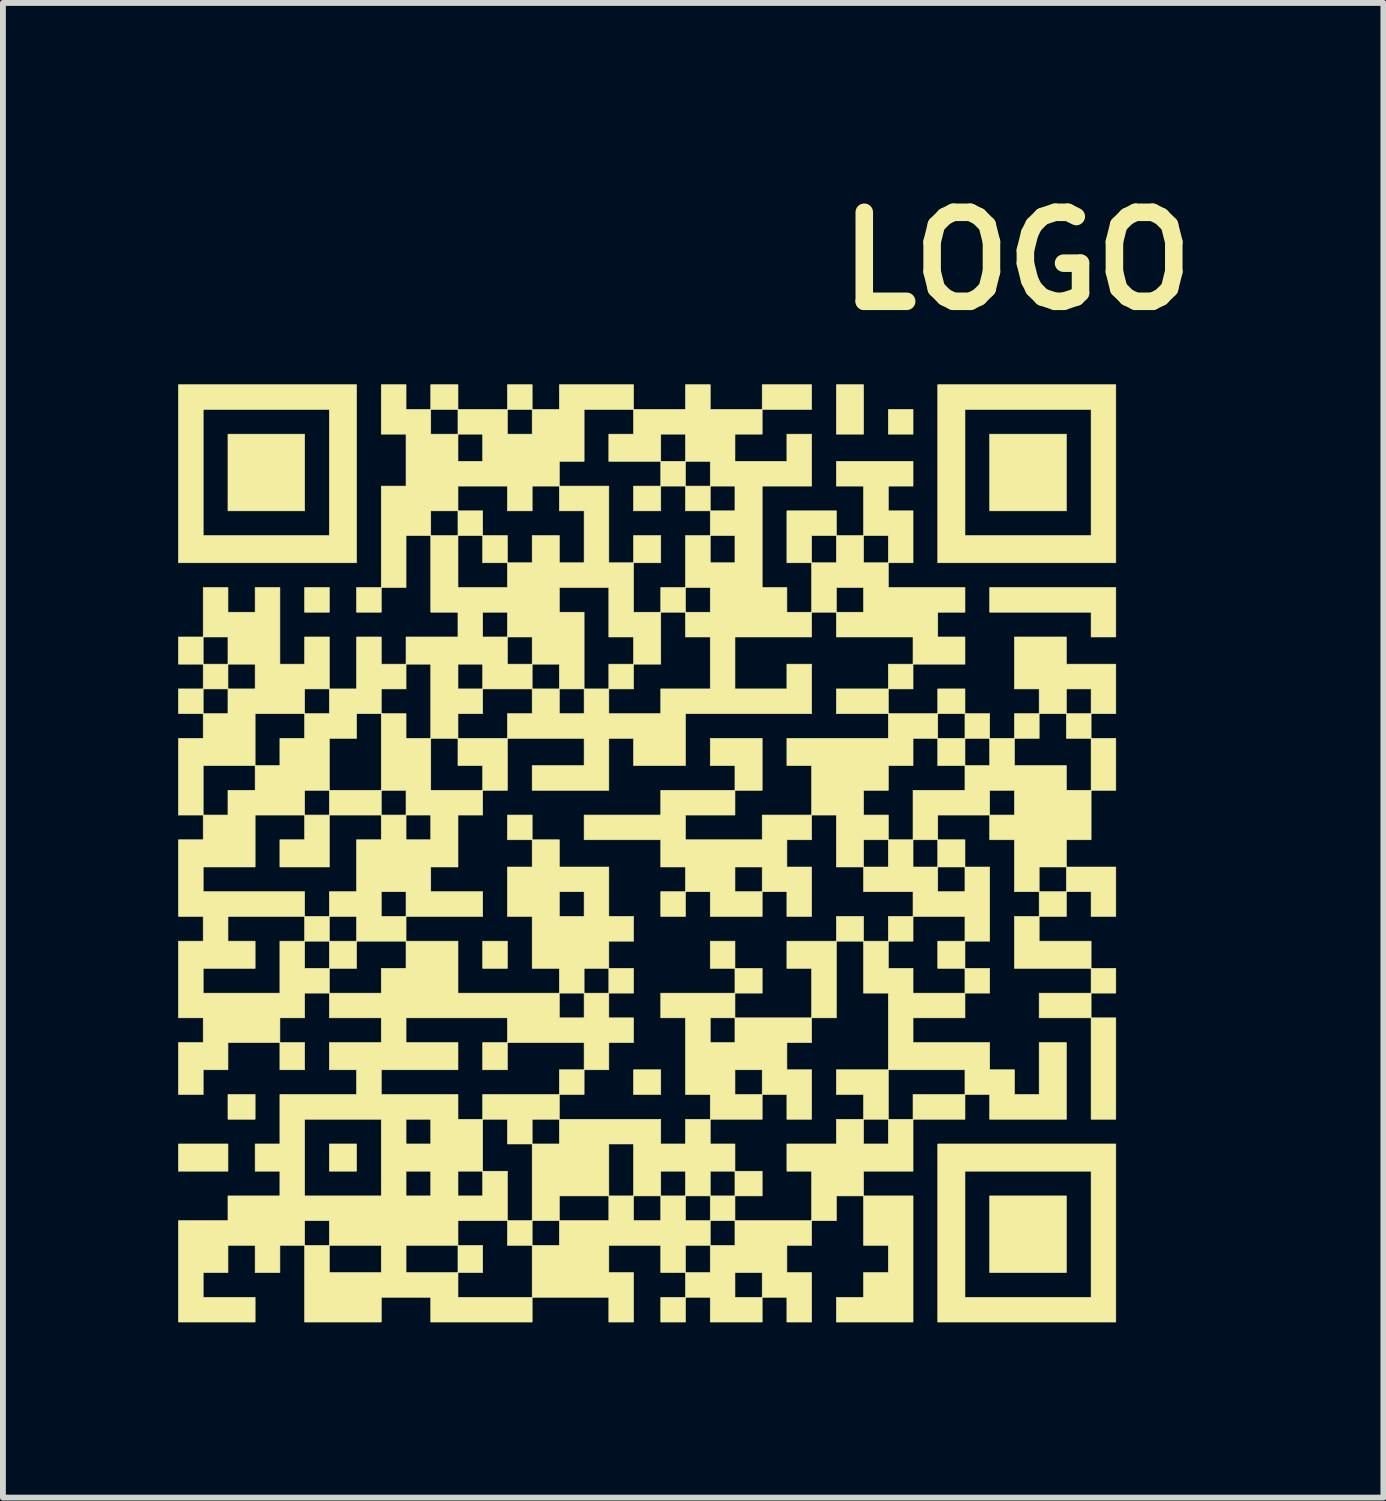
<source format=kicad_pcb>
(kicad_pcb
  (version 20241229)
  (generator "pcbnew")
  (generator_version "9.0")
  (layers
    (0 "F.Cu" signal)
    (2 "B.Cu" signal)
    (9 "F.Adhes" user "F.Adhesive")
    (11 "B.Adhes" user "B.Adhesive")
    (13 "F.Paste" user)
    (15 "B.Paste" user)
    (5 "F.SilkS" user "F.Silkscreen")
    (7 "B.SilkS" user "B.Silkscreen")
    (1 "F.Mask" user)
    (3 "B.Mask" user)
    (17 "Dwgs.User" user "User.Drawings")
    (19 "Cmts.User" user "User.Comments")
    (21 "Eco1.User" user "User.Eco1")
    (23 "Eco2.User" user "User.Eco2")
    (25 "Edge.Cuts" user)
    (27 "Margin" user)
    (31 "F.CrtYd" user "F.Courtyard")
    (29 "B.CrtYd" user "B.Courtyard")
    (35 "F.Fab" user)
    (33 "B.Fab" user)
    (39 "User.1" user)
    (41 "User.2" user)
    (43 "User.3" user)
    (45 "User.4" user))
  (footprint "LOGO"
    (layer "F.Cu")
    (at 8.006 11.578)
    (property "Reference" "LOGO" (at 6.35 -10.16 0) (layer "F.SilkS") (effects (font (size 1.524 1.524) (thickness 0.3))))
    (attr through_hole)
    (fp_poly (pts (xy -7.154 5.419) (xy -8.001 5.419) (xy -8.001 4.953) (xy -7.154 4.953) (xy -7.154 5.419)) (stroke (width 0.01) (type solid)) (fill yes) (layer "F.SilkS"))
    (fp_poly (pts (xy -6.689 4.53) (xy -7.154 4.53) (xy -7.154 4.106) (xy -6.689 4.106) (xy -6.689 4.53)) (stroke (width 0.01) (type solid)) (fill yes) (layer "F.SilkS"))
    (fp_poly (pts (xy -5.842 -5.884) (xy -7.154 -5.884) (xy -7.154 -7.197) (xy -5.842 -7.197) (xy -5.842 -5.884)) (stroke (width 0.01) (type solid)) (fill yes) (layer "F.SilkS"))
    (fp_poly (pts (xy -5.842 3.683) (xy -6.265 3.683) (xy -6.265 3.217) (xy -5.842 3.217) (xy -5.842 3.683)) (stroke (width 0.01) (type solid)) (fill yes) (layer "F.SilkS"))
    (fp_poly (pts (xy -5.419 -4.149) (xy -5.842 -4.149) (xy -5.842 -4.572) (xy -5.419 -4.572) (xy -5.419 -4.149)) (stroke (width 0.01) (type solid)) (fill yes) (layer "F.SilkS"))
    (fp_poly (pts (xy -4.953 5.419) (xy -5.419 5.419) (xy -5.419 4.953) (xy -4.953 4.953) (xy -4.953 5.419)) (stroke (width 0.01) (type solid)) (fill yes) (layer "F.SilkS"))
    (fp_poly (pts (xy -4.53 -4.149) (xy -4.953 -4.149) (xy -4.953 -4.572) (xy -4.53 -4.572) (xy -4.53 -4.149)) (stroke (width 0.01) (type solid)) (fill yes) (layer "F.SilkS"))
    (fp_poly (pts (xy -2.794 -5.461) (xy -3.217 -5.461) (xy -3.217 -5.884) (xy -2.794 -5.884) (xy -2.794 -5.461)) (stroke (width 0.01) (type solid)) (fill yes) (layer "F.SilkS"))
    (fp_poly (pts (xy -2.794 7.154) (xy -3.217 7.154) (xy -3.217 6.689) (xy -2.794 6.689) (xy -2.794 7.154)) (stroke (width 0.01) (type solid)) (fill yes) (layer "F.SilkS"))
    (fp_poly (pts (xy -2.371 -4.995) (xy -2.794 -4.995) (xy -2.794 -5.461) (xy -2.371 -5.461) (xy -2.371 -4.995)) (stroke (width 0.01) (type solid)) (fill yes) (layer "F.SilkS"))
    (fp_poly (pts (xy -2.371 1.947) (xy -2.794 1.947) (xy -2.794 1.482) (xy -2.371 1.482) (xy -2.371 1.947)) (stroke (width 0.01) (type solid)) (fill yes) (layer "F.SilkS"))
    (fp_poly (pts (xy -2.371 3.683) (xy -2.794 3.683) (xy -2.794 3.217) (xy -2.371 3.217) (xy -2.371 3.683)) (stroke (width 0.01) (type solid)) (fill yes) (layer "F.SilkS"))
    (fp_poly (pts (xy -1.947 -0.254) (xy -2.371 -0.254) (xy -2.371 -0.677) (xy -1.947 -0.677) (xy -1.947 -0.254)) (stroke (width 0.01) (type solid)) (fill yes) (layer "F.SilkS"))
    (fp_poly (pts (xy -1.947 6.689) (xy -2.371 6.689) (xy -2.371 6.265) (xy -1.947 6.265) (xy -1.947 6.689)) (stroke (width 0.01) (type solid)) (fill yes) (layer "F.SilkS"))
    (fp_poly (pts (xy -1.058 4.106) (xy -1.482 4.106) (xy -1.482 3.683) (xy -1.058 3.683) (xy -1.058 4.106)) (stroke (width 0.01) (type solid)) (fill yes) (layer "F.SilkS"))
    (fp_poly (pts (xy -0.212 -2.836) (xy -0.635 -2.836) (xy -0.635 -3.26) (xy -0.212 -3.26) (xy -0.212 -2.836)) (stroke (width 0.01) (type solid)) (fill yes) (layer "F.SilkS"))
    (fp_poly (pts (xy -0.212 2.371) (xy -0.635 2.371) (xy -0.635 1.947) (xy -0.212 1.947) (xy -0.212 2.371)) (stroke (width 0.01) (type solid)) (fill yes) (layer "F.SilkS"))
    (fp_poly (pts (xy 0.254 -5.884) (xy -0.212 -5.884) (xy -0.212 -6.308) (xy 0.254 -6.308) (xy 0.254 -5.884)) (stroke (width 0.01) (type solid)) (fill yes) (layer "F.SilkS"))
    (fp_poly (pts (xy 0.254 -4.995) (xy -0.212 -4.995) (xy -0.212 -5.461) (xy 0.254 -5.461) (xy 0.254 -4.995)) (stroke (width 0.01) (type solid)) (fill yes) (layer "F.SilkS"))
    (fp_poly (pts (xy 0.254 4.106) (xy -0.212 4.106) (xy -0.212 3.683) (xy 0.254 3.683) (xy 0.254 4.106)) (stroke (width 0.01) (type solid)) (fill yes) (layer "F.SilkS"))
    (fp_poly (pts (xy 0.677 -6.308) (xy 0.254 -6.308) (xy 0.254 -6.731) (xy 0.677 -6.731) (xy 0.677 -6.308)) (stroke (width 0.01) (type solid)) (fill yes) (layer "F.SilkS"))
    (fp_poly (pts (xy 0.677 -4.149) (xy 0.254 -4.149) (xy 0.254 -4.572) (xy 0.677 -4.572) (xy 0.677 -4.149)) (stroke (width 0.01) (type solid)) (fill yes) (layer "F.SilkS"))
    (fp_poly (pts (xy 0.677 1.058) (xy 0.254 1.058) (xy 0.254 0.635) (xy 0.677 0.635) (xy 0.677 1.058)) (stroke (width 0.01) (type solid)) (fill yes) (layer "F.SilkS"))
    (fp_poly (pts (xy 0.677 8.001) (xy 0.254 8.001) (xy 0.254 7.578) (xy 0.677 7.578) (xy 0.677 8.001)) (stroke (width 0.01) (type solid)) (fill yes) (layer "F.SilkS"))
    (fp_poly (pts (xy 1.101 -5.884) (xy 0.677 -5.884) (xy 0.677 -6.308) (xy 1.101 -6.308) (xy 1.101 -5.884)) (stroke (width 0.01) (type solid)) (fill yes) (layer "F.SilkS"))
    (fp_poly (pts (xy 1.524 1.947) (xy 1.101 1.947) (xy 1.101 1.482) (xy 1.524 1.482) (xy 1.524 1.947)) (stroke (width 0.01) (type solid)) (fill yes) (layer "F.SilkS"))
    (fp_poly (pts (xy 1.524 6.265) (xy 1.101 6.265) (xy 1.101 5.842) (xy 1.524 5.842) (xy 1.524 6.265)) (stroke (width 0.01) (type solid)) (fill yes) (layer "F.SilkS"))
    (fp_poly (pts (xy 1.99 2.371) (xy 1.524 2.371) (xy 1.524 1.947) (xy 1.99 1.947) (xy 1.99 2.371)) (stroke (width 0.01) (type solid)) (fill yes) (layer "F.SilkS"))
    (fp_poly (pts (xy 1.99 5.842) (xy 1.524 5.842) (xy 1.524 5.419) (xy 1.99 5.419) (xy 1.99 5.842)) (stroke (width 0.01) (type solid)) (fill yes) (layer "F.SilkS"))
    (fp_poly (pts (xy 2.836 -7.62) (xy 1.99 -7.62) (xy 1.99 -8.043) (xy 2.836 -8.043) (xy 2.836 -7.62)) (stroke (width 0.01) (type solid)) (fill yes) (layer "F.SilkS"))
    (fp_poly (pts (xy 3.725 -7.197) (xy 3.26 -7.197) (xy 3.26 -8.043) (xy 3.725 -8.043) (xy 3.725 -7.197)) (stroke (width 0.01) (type solid)) (fill yes) (layer "F.SilkS"))
    (fp_poly (pts (xy 3.725 1.482) (xy 3.26 1.482) (xy 3.26 1.058) (xy 3.725 1.058) (xy 3.725 1.482)) (stroke (width 0.01) (type solid)) (fill yes) (layer "F.SilkS"))
    (fp_poly (pts (xy 4.572 -7.197) (xy 4.149 -7.197) (xy 4.149 -7.62) (xy 4.572 -7.62) (xy 4.572 -7.197)) (stroke (width 0.01) (type solid)) (fill yes) (layer "F.SilkS"))
    (fp_poly (pts (xy 4.572 1.482) (xy 4.149 1.482) (xy 4.149 1.058) (xy 4.572 1.058) (xy 4.572 1.482)) (stroke (width 0.01) (type solid)) (fill yes) (layer "F.SilkS"))
    (fp_poly (pts (xy 5.461 -1.524) (xy 4.995 -1.524) (xy 4.995 -1.99) (xy 5.461 -1.99) (xy 5.461 -1.524)) (stroke (width 0.01) (type solid)) (fill yes) (layer "F.SilkS"))
    (fp_poly (pts (xy 7.197 -5.884) (xy 5.884 -5.884) (xy 5.884 -7.197) (xy 7.197 -7.197) (xy 7.197 -5.884)) (stroke (width 0.01) (type solid)) (fill yes) (layer "F.SilkS"))
    (fp_poly (pts (xy 7.197 1.058) (xy 6.731 1.058) (xy 6.731 0.635) (xy 7.197 0.635) (xy 7.197 1.058)) (stroke (width 0.01) (type solid)) (fill yes) (layer "F.SilkS"))
    (fp_poly (pts (xy 7.197 7.154) (xy 5.884 7.154) (xy 5.884 5.842) (xy 7.197 5.842) (xy 7.197 7.154)) (stroke (width 0.01) (type solid)) (fill yes) (layer "F.SilkS"))
    (fp_poly (pts (xy 7.62 2.794) (xy 6.731 2.794) (xy 6.731 2.371) (xy 7.62 2.371) (xy 7.62 2.794)) (stroke (width 0.01) (type solid)) (fill yes) (layer "F.SilkS"))
    (fp_poly (pts (xy 8.043 2.371) (xy 7.62 2.371) (xy 7.62 1.947) (xy 8.043 1.947) (xy 8.043 2.371)) (stroke (width 0.01) (type solid)) (fill yes) (layer "F.SilkS"))
    (fp_poly (pts (xy 8.043 4.53) (xy 7.62 4.53) (xy 7.62 2.794) (xy 8.043 2.794) (xy 8.043 4.53)) (stroke (width 0.01) (type solid)) (fill yes) (layer "F.SilkS"))
    (fp_poly (pts (xy -5.419 0.212) (xy -6.265 0.212) (xy -6.265 -0.254) (xy -5.842 -0.254) (xy -5.842 -0.677) (xy -5.419 -0.677) (xy -5.419 0.212)) (stroke (width 0.01) (type solid)) (fill yes) (layer "F.SilkS"))
    (fp_poly (pts (xy -2.371 -1.101) (xy -2.794 -1.101) (xy -2.794 -1.524) (xy -3.217 -1.524) (xy -3.217 -1.99) (xy -2.371 -1.99) (xy -2.371 -1.101)) (stroke (width 0.01) (type solid)) (fill yes) (layer "F.SilkS"))
    (fp_poly (pts (xy 1.99 -1.101) (xy 1.524 -1.101) (xy 1.524 -1.524) (xy 1.101 -1.524) (xy 1.101 -1.99) (xy 1.99 -1.99) (xy 1.99 -1.101)) (stroke (width 0.01) (type solid)) (fill yes) (layer "F.SilkS"))
    (fp_poly (pts (xy 3.26 2.794) (xy 2.836 2.794) (xy 2.836 1.947) (xy 2.413 1.947) (xy 2.413 1.482) (xy 3.26 1.482) (xy 3.26 2.794)) (stroke (width 0.01) (type solid)) (fill yes) (layer "F.SilkS"))
    (fp_poly (pts (xy 4.149 4.53) (xy 3.725 4.53) (xy 3.725 4.106) (xy 3.26 4.106) (xy 3.26 3.683) (xy 4.149 3.683) (xy 4.149 4.53)) (stroke (width 0.01) (type solid)) (fill yes) (layer "F.SilkS"))
    (fp_poly (pts (xy 6.731 1.482) (xy 7.62 1.482) (xy 7.62 1.947) (xy 6.308 1.947) (xy 6.308 1.058) (xy 6.731 1.058) (xy 6.731 1.482)) (stroke (width 0.01) (type solid)) (fill yes) (layer "F.SilkS"))
    (fp_poly (pts (xy 7.197 0.212) (xy 8.043 0.212) (xy 8.043 1.058) (xy 7.62 1.058) (xy 7.62 0.635) (xy 7.197 0.635) (xy 7.197 0.212)) (stroke (width 0.01) (type solid)) (fill yes) (layer "F.SilkS"))
    (fp_poly (pts (xy 8.043 -3.725) (xy 7.62 -3.725) (xy 7.62 -4.149) (xy 5.884 -4.149) (xy 5.884 -4.572) (xy 8.043 -4.572) (xy 8.043 -3.725)) (stroke (width 0.01) (type solid)) (fill yes) (layer "F.SilkS"))
    (fp_poly (pts (xy 4.572 8.001) (xy 3.26 8.001) (xy 3.26 7.578) (xy 3.725 7.578) (xy 3.725 7.154) (xy 4.149 7.154) (xy 4.149 6.689) (xy 3.725 6.689) (xy 3.725 5.842) (xy 4.572 5.842) (xy 4.572 8.001)) (stroke (width 0.01) (type solid)) (fill yes) (layer "F.SilkS"))
    (fp_poly (pts (xy -4.953 -4.995) (xy -8.001 -4.995) (xy -8.001 -7.62) (xy -7.578 -7.62) (xy -7.578 -5.461) (xy -5.419 -5.461) (xy -5.419 -7.62) (xy -7.578 -7.62) (xy -8.001 -7.62) (xy -8.001 -8.043) (xy -4.953 -8.043) (xy -4.953 -4.995)) (stroke (width 0.01) (type solid)) (fill yes) (layer "F.SilkS"))
    (fp_poly (pts (xy 8.043 -4.995) (xy 4.995 -4.995) (xy 4.995 -7.62) (xy 5.461 -7.62) (xy 5.461 -5.461) (xy 7.62 -5.461) (xy 7.62 -7.62) (xy 5.461 -7.62) (xy 4.995 -7.62) (xy 4.995 -8.043) (xy 8.043 -8.043) (xy 8.043 -4.995)) (stroke (width 0.01) (type solid)) (fill yes) (layer "F.SilkS"))
    (fp_poly (pts (xy 8.043 8.001) (xy 4.995 8.001) (xy 4.995 5.419) (xy 5.461 5.419) (xy 5.461 7.578) (xy 7.62 7.578) (xy 7.62 5.419) (xy 5.461 5.419) (xy 4.995 5.419) (xy 4.995 4.953) (xy 8.043 4.953) (xy 8.043 8.001)) (stroke (width 0.01) (type solid)) (fill yes) (layer "F.SilkS"))
    (fp_poly (pts (xy -1.482 0.212) (xy -0.635 0.212) (xy -0.635 1.058) (xy -0.212 1.058) (xy -0.212 1.482) (xy -0.635 1.482) (xy -0.635 1.947) (xy -1.058 1.947) (xy -1.058 2.371) (xy -1.482 2.371) (xy -1.482 1.947) (xy -1.947 1.947) (xy -1.947 1.058) (xy -2.371 1.058) (xy -2.371 0.635) (xy -1.482 0.635) (xy -1.482 1.058) (xy -1.058 1.058) (xy -1.058 0.635) (xy -1.482 0.635) (xy -2.371 0.635) (xy -2.371 0.212) (xy -1.947 0.212) (xy -1.947 -0.254) (xy -1.482 -0.254) (xy -1.482 0.212)) (stroke (width 0.01) (type solid)) (fill yes) (layer "F.SilkS"))
    (fp_poly (pts (xy 2.836 2.794) (xy 2.836 3.217) (xy 2.413 3.217) (xy 2.413 3.683) (xy 2.836 3.683) (xy 2.836 4.53) (xy 2.413 4.53) (xy 2.413 4.106) (xy 1.99 4.106) (xy 1.99 4.53) (xy 1.101 4.53) (xy 1.101 4.106) (xy 0.677 4.106) (xy 0.677 3.683) (xy 1.524 3.683) (xy 1.524 4.106) (xy 1.99 4.106) (xy 1.99 3.683) (xy 1.524 3.683) (xy 0.677 3.683) (xy 0.677 2.794) (xy 1.101 2.794) (xy 1.101 3.217) (xy 1.524 3.217) (xy 1.524 2.794) (xy 1.101 2.794) (xy 0.677 2.794) (xy 0.254 2.794) (xy 0.254 2.371) (xy 1.524 2.371) (xy 1.524 2.794) (xy 2.836 2.794)) (stroke (width 0.01) (type solid)) (fill yes) (layer "F.SilkS"))
    (fp_poly (pts (xy 0.677 0.212) (xy 1.524 0.212) (xy 1.524 0.635) (xy 1.99 0.635) (xy 1.99 0.212) (xy 1.524 0.212) (xy 0.677 0.212) (xy 0.254 0.212) (xy 0.254 -0.254) (xy -1.058 -0.254) (xy -1.058 -0.677) (xy 0.254 -0.677) (xy 0.254 -1.101) (xy 1.524 -1.101) (xy 1.524 -0.677) (xy 0.677 -0.677) (xy 0.677 -0.254) (xy 1.99 -0.254) (xy 1.99 -0.677) (xy 2.836 -0.677) (xy 2.836 -0.254) (xy 2.413 -0.254) (xy 2.413 0.212) (xy 2.836 0.212) (xy 2.836 1.058) (xy 2.413 1.058) (xy 2.413 0.635) (xy 1.99 0.635) (xy 1.99 1.058) (xy 1.101 1.058) (xy 1.101 0.635) (xy 0.677 0.635) (xy 0.677 0.212)) (stroke (width 0.01) (type solid)) (fill yes) (layer "F.SilkS"))
    (fp_poly (pts (xy 0.254 4.53) (xy 0.254 4.953) (xy 0.677 4.953) (xy 0.677 4.53) (xy 1.101 4.53) (xy 1.101 4.953) (xy 1.524 4.953) (xy 1.524 5.419) (xy 1.101 5.419) (xy 1.101 5.842) (xy 0.677 5.842) (xy 0.677 5.419) (xy 0.254 5.419) (xy 0.254 5.842) (xy -0.212 5.842) (xy -0.212 4.953) (xy -0.635 4.953) (xy -0.635 5.842) (xy -1.482 5.842) (xy -1.482 6.265) (xy -1.947 6.265) (xy -1.947 4.953) (xy -2.371 4.953) (xy -2.371 4.53) (xy -1.947 4.53) (xy -1.947 4.953) (xy -1.482 4.953) (xy -1.482 4.53) (xy -1.947 4.53) (xy -2.371 4.53) (xy -2.794 4.53) (xy -2.794 4.106) (xy -1.482 4.106) (xy -1.482 4.53) (xy 0.254 4.53)) (stroke (width 0.01) (type solid)) (fill yes) (layer "F.SilkS"))
    (fp_poly (pts (xy -4.106 -7.62) (xy -3.683 -7.62) (xy -3.683 -7.197) (xy -3.217 -7.197) (xy -3.217 -6.731) (xy -2.794 -6.731) (xy -2.794 -7.197) (xy -3.217 -7.197) (xy -3.217 -7.62) (xy -3.683 -7.62) (xy -3.683 -8.043) (xy -3.217 -8.043) (xy -3.217 -7.62) (xy -2.371 -7.62) (xy -2.371 -7.197) (xy -1.947 -7.197) (xy -1.947 -7.62) (xy -2.371 -7.62) (xy -2.371 -8.043) (xy -1.947 -8.043) (xy -1.947 -7.62) (xy -1.482 -7.62) (xy -1.482 -8.043) (xy -0.212 -8.043) (xy -0.212 -7.62) (xy -1.058 -7.62) (xy -1.058 -6.731) (xy -1.482 -6.731) (xy -1.482 -6.308) (xy -1.947 -6.308) (xy -1.947 -5.884) (xy -2.371 -5.884) (xy -2.371 -6.308) (xy -3.217 -6.308) (xy -3.217 -5.884) (xy -3.683 -5.884) (xy -3.683 -5.461) (xy -4.106 -5.461) (xy -4.106 -4.572) (xy -4.53 -4.572) (xy -4.53 -6.308) (xy -4.106 -6.308) (xy -4.106 -7.197) (xy -4.53 -7.197) (xy -4.53 -8.043) (xy -4.106 -8.043) (xy -4.106 -7.62)) (stroke (width 0.01) (type solid)) (fill yes) (layer "F.SilkS"))
    (fp_poly (pts (xy -5.419 -1.101) (xy -4.53 -1.101) (xy -4.53 -0.677) (xy -4.106 -0.677) (xy -4.106 -0.254) (xy -3.683 -0.254) (xy -3.683 -0.677) (xy -4.106 -0.677) (xy -4.106 -1.101) (xy -4.53 -1.101) (xy -4.53 -2.413) (xy -4.106 -2.413) (xy -4.106 -1.99) (xy -3.683 -1.99) (xy -3.683 -1.101) (xy -2.794 -1.101) (xy -2.794 -0.677) (xy -3.217 -0.677) (xy -3.217 0.212) (xy -3.683 0.212) (xy -3.683 0.635) (xy -2.794 0.635) (xy -2.794 1.058) (xy -4.106 1.058) (xy -4.106 1.482) (xy -4.953 1.482) (xy -4.953 1.947) (xy -5.419 1.947) (xy -5.419 1.482) (xy -5.842 1.482) (xy -5.842 1.058) (xy -5.419 1.058) (xy -5.419 1.482) (xy -4.953 1.482) (xy -4.953 1.058) (xy -5.419 1.058) (xy -5.419 0.635) (xy -4.953 0.635) (xy -4.53 0.635) (xy -4.53 1.058) (xy -4.106 1.058) (xy -4.106 0.635) (xy -4.53 0.635) (xy -4.953 0.635) (xy -4.953 -0.254) (xy -4.53 -0.254) (xy -4.53 -0.677) (xy -5.419 -0.677) (xy -5.419 -1.101)) (stroke (width 0.01) (type solid)) (fill yes) (layer "F.SilkS"))
    (fp_poly (pts (xy 5.461 -0.254) (xy 5.461 0.212) (xy 5.884 0.212) (xy 5.884 1.482) (xy 5.461 1.482) (xy 5.461 1.947) (xy 5.884 1.947) (xy 5.884 2.371) (xy 5.461 2.371) (xy 5.461 2.794) (xy 4.572 2.794) (xy 4.572 3.217) (xy 5.884 3.217) (xy 5.884 3.683) (xy 6.308 3.683) (xy 6.308 4.106) (xy 6.731 4.106) (xy 6.731 3.217) (xy 7.197 3.217) (xy 7.197 4.53) (xy 5.884 4.53) (xy 5.884 4.106) (xy 5.461 4.106) (xy 5.461 4.53) (xy 4.572 4.53) (xy 4.572 5.419) (xy 3.725 5.419) (xy 3.725 5.842) (xy 3.26 5.842) (xy 3.26 6.265) (xy 2.836 6.265) (xy 2.836 6.689) (xy 2.413 6.689) (xy 2.413 7.154) (xy 2.836 7.154) (xy 2.836 8.001) (xy 2.413 8.001) (xy 2.413 7.578) (xy 1.99 7.578) (xy 1.99 8.001) (xy 1.101 8.001) (xy 1.101 7.578) (xy 0.677 7.578) (xy 0.677 7.154) (xy 0.254 7.154) (xy 0.254 6.689) (xy 0.677 6.689) (xy 0.677 7.154) (xy 1.101 7.154) (xy 1.524 7.154) (xy 1.524 7.578) (xy 1.99 7.578) (xy 1.99 7.154) (xy 1.524 7.154) (xy 1.101 7.154) (xy 1.101 6.689) (xy 0.677 6.689) (xy 0.254 6.689) (xy -0.635 6.689) (xy -0.635 7.154) (xy -0.212 7.154) (xy -0.212 8.001) (xy -0.635 8.001) (xy -0.635 7.578) (xy -1.947 7.578) (xy -1.947 8.001) (xy -3.683 8.001) (xy -3.683 7.578) (xy -4.53 7.578) (xy -4.53 8.001) (xy -5.842 8.001) (xy -5.842 6.689) (xy -6.265 6.689) (xy -6.265 7.154) (xy -6.689 7.154) (xy -6.689 6.689) (xy -7.154 6.689) (xy -7.154 7.154) (xy -7.578 7.154) (xy -7.578 7.578) (xy -6.689 7.578) (xy -6.689 8.001) (xy -8.001 8.001) (xy -8.001 6.265) (xy -7.154 6.265) (xy -5.842 6.265) (xy -5.842 6.689) (xy -5.419 6.689) (xy -5.419 7.154) (xy -4.53 7.154) (xy -4.53 6.689) (xy -5.419 6.689) (xy -5.419 6.265) (xy -5.842 6.265) (xy -7.154 6.265) (xy -7.154 5.842) (xy -6.265 5.842) (xy -6.265 5.419) (xy -6.689 5.419) (xy -6.689 4.953) (xy -6.265 4.953) (xy -6.265 4.53) (xy -5.842 4.53) (xy -5.842 5.842) (xy -4.53 5.842) (xy -4.53 5.419) (xy -4.106 5.419) (xy -4.106 5.842) (xy -3.683 5.842) (xy -3.683 5.419) (xy -3.217 5.419) (xy -3.217 5.842) (xy -2.794 5.842) (xy -2.794 5.419) (xy -3.217 5.419) (xy -3.683 5.419) (xy -4.106 5.419) (xy -4.53 5.419) (xy -4.53 4.53) (xy -4.106 4.53) (xy -4.106 4.953) (xy -3.683 4.953) (xy -3.683 4.53) (xy -4.106 4.53) (xy -4.53 4.53) (xy -5.842 4.53) (xy -6.265 4.53) (xy -6.265 4.106) (xy -4.953 4.106) (xy -4.953 3.683) (xy -5.419 3.683) (xy -5.419 3.217) (xy -4.53 3.217) (xy -4.53 2.794) (xy -5.419 2.794) (xy -5.419 2.371) (xy -5.842 2.371) (xy -5.842 2.794) (xy -6.265 2.794) (xy -6.265 3.217) (xy -7.154 3.217) (xy -7.154 3.683) (xy -7.578 3.683) (xy -7.578 4.106) (xy -8.001 4.106) (xy -8.001 3.217) (xy -7.578 3.217) (xy -7.578 2.794) (xy -8.001 2.794) (xy -8.001 1.482) (xy -7.578 1.482) (xy -7.578 1.058) (xy -8.001 1.058) (xy -8.001 0.212) (xy -7.578 0.212) (xy -7.578 0.635) (xy -5.842 0.635) (xy -5.842 1.058) (xy -7.154 1.058) (xy -7.154 1.482) (xy -6.689 1.482) (xy -6.689 1.947) (xy -7.578 1.947) (xy -7.578 2.371) (xy -6.265 2.371) (xy -6.265 1.482) (xy -5.842 1.482) (xy -5.842 1.947) (xy -5.419 1.947) (xy -5.419 2.371) (xy -4.53 2.371) (xy -4.53 1.947) (xy -4.106 1.947) (xy -4.106 1.482) (xy -3.217 1.482) (xy -3.217 2.371) (xy -1.482 2.371) (xy -1.482 2.794) (xy -1.058 2.794) (xy -1.058 2.371) (xy -0.635 2.371) (xy -0.635 2.794) (xy -0.212 2.794) (xy -0.212 3.217) (xy -0.635 3.217) (xy -0.635 3.683) (xy -1.058 3.683) (xy -1.058 3.217) (xy -2.371 3.217) (xy -2.371 2.794) (xy -4.106 2.794) (xy -4.106 3.217) (xy -3.217 3.217) (xy -3.217 3.683) (xy -4.53 3.683) (xy -4.53 4.106) (xy -3.217 4.106) (xy -3.217 4.53) (xy -2.794 4.53) (xy -2.794 5.419) (xy -2.371 5.419) (xy -2.371 6.265) (xy -3.217 6.265) (xy -3.217 6.689) (xy -4.106 6.689) (xy -4.106 7.154) (xy -3.217 7.154) (xy -3.217 7.578) (xy -1.947 7.578) (xy -1.947 6.689) (xy -1.482 6.689) (xy -1.482 6.265) (xy -0.635 6.265) (xy -0.635 5.842) (xy -0.212 5.842) (xy -0.212 6.265) (xy 0.254 6.265) (xy 0.254 5.842) (xy 0.677 5.842) (xy 0.677 6.265) (xy 1.101 6.265) (xy 1.101 6.689) (xy 1.524 6.689) (xy 1.524 6.265) (xy 2.836 6.265) (xy 2.836 5.419) (xy 2.413 5.419) (xy 2.413 4.953) (xy 3.26 4.953) (xy 3.26 4.53) (xy 3.725 4.53) (xy 3.725 4.953) (xy 4.149 4.953) (xy 4.149 4.53) (xy 4.572 4.53) (xy 4.572 4.106) (xy 5.461 4.106) (xy 5.461 3.683) (xy 4.149 3.683) (xy 4.149 2.371) (xy 3.725 2.371) (xy 3.725 1.482) (xy 4.149 1.482) (xy 4.149 1.947) (xy 4.572 1.947) (xy 4.572 2.371) (xy 5.461 2.371) (xy 5.461 1.947) (xy 4.995 1.947) (xy 4.995 1.482) (xy 5.461 1.482) (xy 5.461 1.058) (xy 4.572 1.058) (xy 4.572 0.635) (xy 3.725 0.635) (xy 3.725 0.212) (xy 3.26 0.212) (xy 3.26 -0.254) (xy 3.725 -0.254) (xy 3.725 0.212) (xy 4.149 0.212) (xy 4.149 -0.254) (xy 3.725 -0.254) (xy 3.26 -0.254) (xy 3.26 -0.677) (xy 2.836 -0.677) (xy 2.836 -1.101) (xy 3.725 -1.101) (xy 3.725 -0.677) (xy 4.149 -0.677) (xy 4.149 -0.254) (xy 4.572 -0.254) (xy 4.572 0.212) (xy 4.995 0.212) (xy 4.995 0.635) (xy 5.461 0.635) (xy 5.461 0.212) (xy 4.995 0.212) (xy 4.995 -0.254) (xy 4.572 -0.254) (xy 4.572 -1.101) (xy 5.461 -1.101) (xy 5.884 -1.101) (xy 5.884 -0.677) (xy 6.308 -0.677) (xy 6.308 -1.101) (xy 5.884 -1.101) (xy 5.461 -1.101) (xy 5.461 -1.524) (xy 5.884 -1.524) (xy 5.884 -1.99) (xy 5.461 -1.99) (xy 5.461 -2.413) (xy 4.995 -2.413) (xy 4.995 -1.99) (xy 4.572 -1.99) (xy 4.572 -1.524) (xy 4.149 -1.524) (xy 4.149 -1.101) (xy 3.725 -1.101) (xy 2.836 -1.101) (xy 2.836 -1.524) (xy 2.413 -1.524) (xy 2.413 -1.99) (xy 4.149 -1.99) (xy 4.149 -2.413) (xy 3.26 -2.413) (xy 3.26 -2.836) (xy 4.149 -2.836) (xy 4.149 -3.26) (xy 4.572 -3.26) (xy 4.572 -3.725) (xy 3.26 -3.725) (xy 3.26 -4.149) (xy 2.836 -4.149) (xy 2.836 -3.725) (xy 1.524 -3.725) (xy 1.524 -2.836) (xy 2.413 -2.836) (xy 2.413 -3.26) (xy 2.836 -3.26) (xy 2.836 -2.413) (xy 0.677 -2.413) (xy 0.677 -1.524) (xy -0.212 -1.524) (xy -0.212 -1.99) (xy -0.635 -1.99) (xy -0.635 -1.101) (xy -1.947 -1.101) (xy -1.947 -1.524) (xy -1.058 -1.524) (xy -1.058 -1.99) (xy -2.371 -1.99) (xy -2.371 -2.413) (xy -1.947 -2.413) (xy -1.947 -2.836) (xy -2.794 -2.836) (xy -2.794 -2.413) (xy -3.217 -2.413) (xy -3.217 -1.99) (xy -3.683 -1.99) (xy -3.683 -3.26) (xy -3.217 -3.26) (xy -3.217 -2.836) (xy -2.794 -2.836) (xy -2.794 -3.26) (xy -3.217 -3.26) (xy -3.683 -3.26) (xy -4.106 -3.26) (xy -4.106 -2.836) (xy -4.53 -2.836) (xy -4.53 -2.413) (xy -4.953 -2.413) (xy -4.953 -1.99) (xy -5.419 -1.99) (xy -5.419 -1.101) (xy -5.842 -1.101) (xy -5.842 -0.677) (xy -6.689 -0.677) (xy -6.689 0.212) (xy -7.578 0.212) (xy -8.001 0.212) (xy -8.001 -0.254) (xy -7.578 -0.254) (xy -7.578 -0.677) (xy -8.001 -0.677) (xy -8.001 -1.524) (xy -7.578 -1.524) (xy -7.578 -0.677) (xy -7.154 -0.677) (xy -7.154 -1.101) (xy -6.689 -1.101) (xy -6.689 -1.524) (xy -7.578 -1.524) (xy -8.001 -1.524) (xy -8.001 -1.99) (xy -7.578 -1.99) (xy -7.578 -2.413) (xy -8.001 -2.413) (xy -8.001 -2.836) (xy -7.578 -2.836) (xy -7.578 -2.413) (xy -7.154 -2.413) (xy -6.689 -2.413) (xy -6.689 -1.524) (xy -6.265 -1.524) (xy -6.265 -1.99) (xy -5.842 -1.99) (xy -5.842 -2.413) (xy -6.689 -2.413) (xy -7.154 -2.413) (xy -7.154 -2.836) (xy -7.578 -2.836) (xy -7.578 -3.26) (xy -8.001 -3.26) (xy -8.001 -3.725) (xy -7.578 -3.725) (xy -7.578 -3.26) (xy -7.154 -3.26) (xy -7.154 -2.836) (xy -6.689 -2.836) (xy -5.842 -2.836) (xy -5.842 -2.413) (xy -5.419 -2.413) (xy -5.419 -2.836) (xy -5.842 -2.836) (xy -6.689 -2.836) (xy -6.689 -3.26) (xy -7.154 -3.26) (xy -7.154 -3.725) (xy -7.578 -3.725) (xy -7.578 -4.572) (xy -7.154 -4.572) (xy -7.154 -4.149) (xy -6.689 -4.149) (xy -6.689 -4.572) (xy -6.265 -4.572) (xy -6.265 -3.26) (xy -5.842 -3.26) (xy -5.842 -3.725) (xy -5.419 -3.725) (xy -5.419 -2.836) (xy -4.953 -2.836) (xy -4.953 -3.725) (xy -4.53 -3.725) (xy -4.53 -3.26) (xy -4.106 -3.26) (xy -4.106 -3.725) (xy -3.217 -3.725) (xy -3.217 -4.149) (xy -2.794 -4.149) (xy -2.794 -3.725) (xy -2.371 -3.725) (xy -2.371 -3.26) (xy -1.947 -3.26) (xy -1.947 -2.836) (xy -1.482 -2.836) (xy -1.482 -2.413) (xy -1.058 -2.413) (xy -1.058 -2.836) (xy -1.482 -2.836) (xy -1.482 -3.26) (xy -1.947 -3.26) (xy -1.947 -3.725) (xy -2.371 -3.725) (xy -2.371 -4.149) (xy -2.794 -4.149) (xy -3.217 -4.149) (xy -3.683 -4.149) (xy -3.683 -5.461) (xy -3.217 -5.461) (xy -3.217 -4.572) (xy -2.371 -4.572) (xy -2.371 -4.995) (xy -1.947 -4.995) (xy -1.947 -5.461) (xy -1.482 -5.461) (xy -1.482 -4.995) (xy -1.058 -4.995) (xy -1.058 -5.884) (xy -1.482 -5.884) (xy -1.482 -6.308) (xy -0.635 -6.308) (xy -0.635 -4.995) (xy -0.212 -4.995) (xy -0.212 -4.149) (xy 0.254 -4.149) (xy 0.254 -3.26) (xy -0.212 -3.26) (xy -0.212 -3.725) (xy -0.635 -3.725) (xy -0.635 -4.572) (xy -1.482 -4.572) (xy -1.482 -4.149) (xy -1.058 -4.149) (xy -1.058 -2.836) (xy -0.635 -2.836) (xy -0.635 -2.413) (xy 0.254 -2.413) (xy 0.254 -2.836) (xy 1.101 -2.836) (xy 1.101 -3.725) (xy 0.677 -3.725) (xy 0.677 -4.149) (xy 1.101 -4.149) (xy 1.101 -4.572) (xy 0.677 -4.572) (xy 0.677 -5.461) (xy 1.101 -5.461) (xy 1.101 -4.995) (xy 1.524 -4.995) (xy 1.524 -5.461) (xy 1.101 -5.461) (xy 1.101 -5.884) (xy 1.524 -5.884) (xy 1.524 -6.308) (xy 1.101 -6.308) (xy 1.101 -6.731) (xy 0.677 -6.731) (xy 0.677 -7.197) (xy 0.254 -7.197) (xy 0.254 -6.731) (xy -0.635 -6.731) (xy -0.635 -7.197) (xy -0.212 -7.197) (xy -0.212 -7.62) (xy 0.677 -7.62) (xy 0.677 -8.043) (xy 1.101 -8.043) (xy 1.101 -7.62) (xy 1.99 -7.62) (xy 1.99 -7.197) (xy 1.524 -7.197) (xy 1.524 -6.731) (xy 2.413 -6.731) (xy 2.413 -7.197) (xy 2.836 -7.197) (xy 2.836 -6.308) (xy 1.99 -6.308) (xy 1.99 -4.572) (xy 2.413 -4.572) (xy 2.413 -4.149) (xy 2.836 -4.149) (xy 2.836 -4.572) (xy 3.26 -4.572) (xy 3.26 -4.149) (xy 3.725 -4.149) (xy 3.725 -4.572) (xy 3.26 -4.572) (xy 2.836 -4.572) (xy 2.836 -4.995) (xy 2.413 -4.995) (xy 2.413 -5.461) (xy 2.836 -5.461) (xy 2.836 -4.995) (xy 3.26 -4.995) (xy 3.26 -5.461) (xy 2.836 -5.461) (xy 2.413 -5.461) (xy 2.413 -5.884) (xy 3.26 -5.884) (xy 3.26 -5.461) (xy 3.725 -5.461) (xy 3.725 -4.995) (xy 4.149 -4.995) (xy 4.149 -5.461) (xy 3.725 -5.461) (xy 3.725 -6.308) (xy 3.26 -6.308) (xy 3.26 -6.731) (xy 4.572 -6.731) (xy 4.572 -6.308) (xy 4.149 -6.308) (xy 4.149 -5.884) (xy 4.572 -5.884) (xy 4.572 -4.995) (xy 4.149 -4.995) (xy 4.149 -4.572) (xy 5.461 -4.572) (xy 5.461 -4.149) (xy 4.995 -4.149) (xy 4.995 -3.725) (xy 5.461 -3.725) (xy 5.461 -3.26) (xy 4.572 -3.26) (xy 4.572 -2.836) (xy 4.149 -2.836) (xy 4.149 -2.413) (xy 4.995 -2.413) (xy 4.995 -2.836) (xy 5.461 -2.836) (xy 5.461 -2.413) (xy 5.884 -2.413) (xy 5.884 -1.99) (xy 6.308 -1.99) (xy 6.308 -1.524) (xy 7.197 -1.524) (xy 7.197 -1.101) (xy 7.62 -1.101) (xy 7.62 -1.99) (xy 7.197 -1.99) (xy 7.197 -2.413) (xy 6.731 -2.413) (xy 6.731 -1.99) (xy 6.308 -1.99) (xy 6.308 -2.413) (xy 6.731 -2.413) (xy 6.731 -2.836) (xy 7.197 -2.836) (xy 7.197 -2.413) (xy 7.62 -2.413) (xy 7.62 -2.836) (xy 7.197 -2.836) (xy 6.731 -2.836) (xy 6.308 -2.836) (xy 6.308 -3.725) (xy 7.197 -3.725) (xy 7.197 -3.26) (xy 8.043 -3.26) (xy 8.043 -2.413) (xy 7.62 -2.413) (xy 7.62 -1.99) (xy 8.043 -1.99) (xy 8.043 -1.101) (xy 7.62 -1.101) (xy 7.62 -0.254) (xy 7.197 -0.254) (xy 7.197 0.212) (xy 6.731 0.212) (xy 6.731 0.635) (xy 6.308 0.635) (xy 6.308 -0.254) (xy 5.884 -0.254) (xy 5.884 -0.677) (xy 4.995 -0.677) (xy 4.995 -0.254) (xy 5.461 -0.254)) (stroke (width 0.01) (type solid)) (fill yes) (layer "F.SilkS")))
  (gr_rect
    (start -3 -3)
    (end 20.629 22.584)
    (stroke (width 0.1) (type default))
    (fill no)
    (layer "Edge.Cuts")))
</source>
